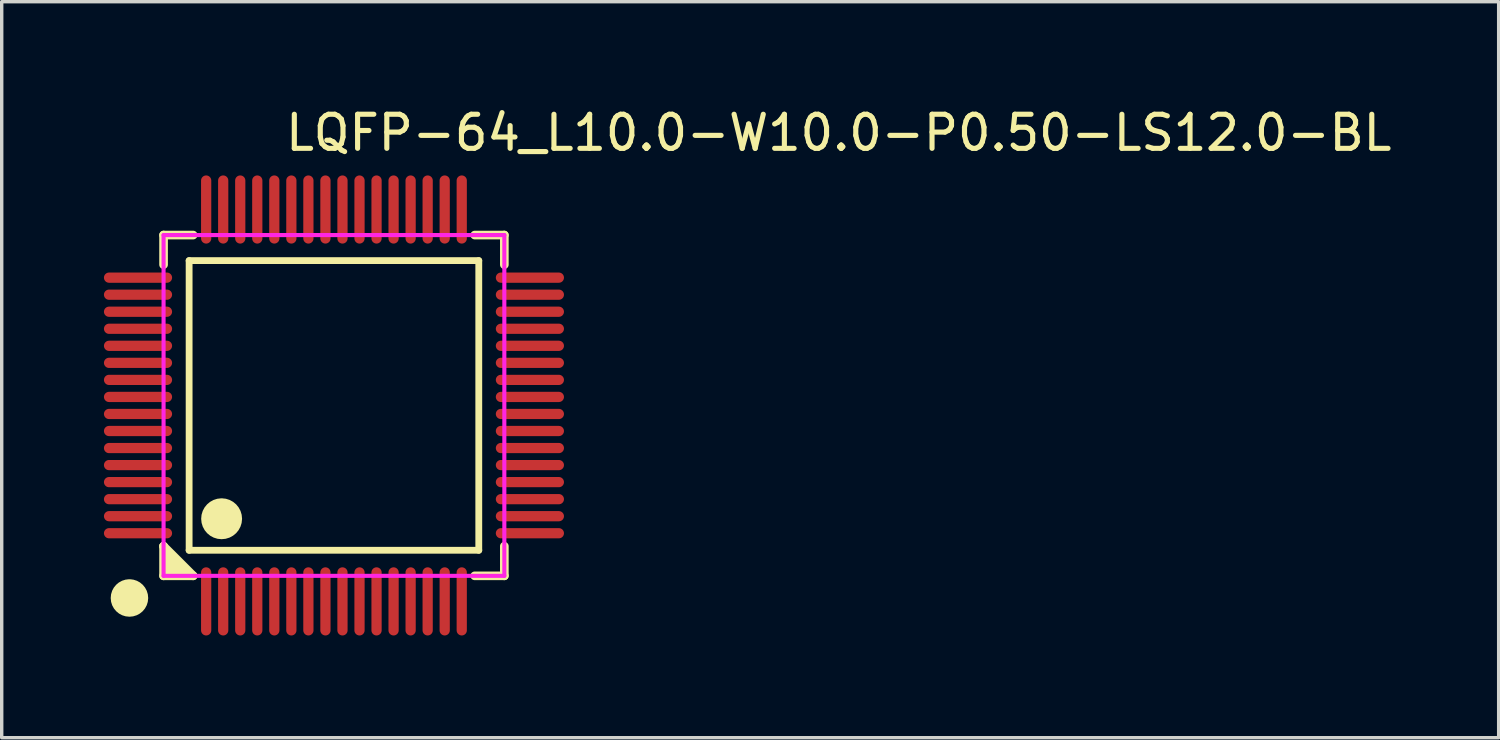
<source format=kicad_pcb>
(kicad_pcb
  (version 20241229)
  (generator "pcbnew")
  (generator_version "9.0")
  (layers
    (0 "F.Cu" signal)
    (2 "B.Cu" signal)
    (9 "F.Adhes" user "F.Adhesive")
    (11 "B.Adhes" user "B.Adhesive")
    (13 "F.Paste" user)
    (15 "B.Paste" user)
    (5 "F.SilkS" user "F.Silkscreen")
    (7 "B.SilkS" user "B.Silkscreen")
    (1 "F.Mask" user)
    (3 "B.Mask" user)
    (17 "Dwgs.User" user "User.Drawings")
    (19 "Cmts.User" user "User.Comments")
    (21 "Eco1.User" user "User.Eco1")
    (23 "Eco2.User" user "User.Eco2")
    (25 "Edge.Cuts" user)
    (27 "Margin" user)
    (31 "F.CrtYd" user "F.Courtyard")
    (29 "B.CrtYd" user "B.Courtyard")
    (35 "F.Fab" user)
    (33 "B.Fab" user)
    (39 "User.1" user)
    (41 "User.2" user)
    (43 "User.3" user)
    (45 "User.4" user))
  (footprint "LQFP-64_L10.0-W10.0-P0.50-LS12.0-BL"
    (layer "F.Cu")
    (at 6.75 8.848)
    (property "Reference" "LQFP-64_L10.0-W10.0-P0.50-LS12.0-BL" (at -1.5 -8 0) (layer "F.SilkS") (effects (font (size 1 1) (thickness 0.15)) (justify left)))
    (attr through_hole)
    (fp_line (start -5 -5) (end -4.131 -5) (stroke (width 0.254) (type solid)) (layer "F.SilkS"))
    (fp_line (start -5 -4.131) (end -5 -5) (stroke (width 0.254) (type solid)) (layer "F.SilkS"))
    (fp_line (start -5 4.131) (end -5 4.131) (stroke (width 0.254) (type solid)) (layer "F.SilkS"))
    (fp_line (start -5 4.131) (end -4.131 5) (stroke (width 0.254) (type solid)) (layer "F.SilkS"))
    (fp_line (start -5 5) (end -5 4.131) (stroke (width 0.254) (type solid)) (layer "F.SilkS"))
    (fp_line (start -4.25 -4.25) (end -4.25 4.25) (stroke (width 0.2) (type solid)) (layer "F.SilkS"))
    (fp_line (start -4.25 4.25) (end 4.25 4.25) (stroke (width 0.2) (type solid)) (layer "F.SilkS"))
    (fp_line (start -4.131 5) (end -5 5) (stroke (width 0.254) (type solid)) (layer "F.SilkS"))
    (fp_line (start 4.25 -4.25) (end -4.25 -4.25) (stroke (width 0.2) (type solid)) (layer "F.SilkS"))
    (fp_line (start 4.25 4.25) (end 4.25 -4.25) (stroke (width 0.2) (type solid)) (layer "F.SilkS"))
    (fp_line (start 5 -5) (end 4.131 -5) (stroke (width 0.254) (type solid)) (layer "F.SilkS"))
    (fp_line (start 5 -5) (end 5 -4.131) (stroke (width 0.254) (type solid)) (layer "F.SilkS"))
    (fp_line (start 5 4.131) (end 5 5) (stroke (width 0.254) (type solid)) (layer "F.SilkS"))
    (fp_line (start 5 5) (end 4.131 5) (stroke (width 0.254) (type solid)) (layer "F.SilkS"))
    (fp_arc (start -6 5.5) (mid -6.000678 5.800001) (end -6.00254 5.500005) (stroke (width 0.8) (type solid)) (layer "F.SilkS"))
    (fp_arc (start -3.294 3.025) (mid -3.29746 3.625015) (end -3.29908 3.024992) (stroke (width 0.6) (type solid)) (layer "F.SilkS"))
    (fp_poly (pts (xy -4.131 5) (xy -5 4.131) (xy -5 5)) (stroke (width 0.12) (type solid)) (fill yes) (layer "F.SilkS"))
    (fp_line (start -5.41 -3.86) (end -4.99 -3.86) (stroke (width 0.12) (type solid)) (layer "Eco2.User"))
    (fp_line (start -5.41 -3.64) (end -5.41 -3.86) (stroke (width 0.12) (type solid)) (layer "Eco2.User"))
    (fp_line (start -5.41 -3.36) (end -4.99 -3.36) (stroke (width 0.12) (type solid)) (layer "Eco2.User"))
    (fp_line (start -5.41 -3.14) (end -5.41 -3.36) (stroke (width 0.12) (type solid)) (layer "Eco2.User"))
    (fp_line (start -5.41 -2.86) (end -4.99 -2.86) (stroke (width 0.12) (type solid)) (layer "Eco2.User"))
    (fp_line (start -5.41 -2.64) (end -5.41 -2.86) (stroke (width 0.12) (type solid)) (layer "Eco2.User"))
    (fp_line (start -5.41 -2.36) (end -4.99 -2.36) (stroke (width 0.12) (type solid)) (layer "Eco2.User"))
    (fp_line (start -5.41 -2.14) (end -5.41 -2.36) (stroke (width 0.12) (type solid)) (layer "Eco2.User"))
    (fp_line (start -5.41 -1.86) (end -4.99 -1.86) (stroke (width 0.12) (type solid)) (layer "Eco2.User"))
    (fp_line (start -5.41 -1.64) (end -5.41 -1.86) (stroke (width 0.12) (type solid)) (layer "Eco2.User"))
    (fp_line (start -5.41 -1.36) (end -4.99 -1.36) (stroke (width 0.12) (type solid)) (layer "Eco2.User"))
    (fp_line (start -5.41 -1.14) (end -5.41 -1.36) (stroke (width 0.12) (type solid)) (layer "Eco2.User"))
    (fp_line (start -5.41 -0.86) (end -4.99 -0.86) (stroke (width 0.12) (type solid)) (layer "Eco2.User"))
    (fp_line (start -5.41 -0.64) (end -5.41 -0.86) (stroke (width 0.12) (type solid)) (layer "Eco2.User"))
    (fp_line (start -5.41 -0.36) (end -4.99 -0.36) (stroke (width 0.12) (type solid)) (layer "Eco2.User"))
    (fp_line (start -5.41 -0.14) (end -5.41 -0.36) (stroke (width 0.12) (type solid)) (layer "Eco2.User"))
    (fp_line (start -5.41 0.14) (end -4.99 0.14) (stroke (width 0.12) (type solid)) (layer "Eco2.User"))
    (fp_line (start -5.41 0.36) (end -5.41 0.14) (stroke (width 0.12) (type solid)) (layer "Eco2.User"))
    (fp_line (start -5.41 0.64) (end -4.99 0.64) (stroke (width 0.12) (type solid)) (layer "Eco2.User"))
    (fp_line (start -5.41 0.86) (end -5.41 0.64) (stroke (width 0.12) (type solid)) (layer "Eco2.User"))
    (fp_line (start -5.41 1.14) (end -4.99 1.14) (stroke (width 0.12) (type solid)) (layer "Eco2.User"))
    (fp_line (start -5.41 1.36) (end -5.41 1.14) (stroke (width 0.12) (type solid)) (layer "Eco2.User"))
    (fp_line (start -5.41 1.64) (end -4.99 1.64) (stroke (width 0.12) (type solid)) (layer "Eco2.User"))
    (fp_line (start -5.41 1.86) (end -5.41 1.64) (stroke (width 0.12) (type solid)) (layer "Eco2.User"))
    (fp_line (start -5.41 2.14) (end -4.99 2.14) (stroke (width 0.12) (type solid)) (layer "Eco2.User"))
    (fp_line (start -5.41 2.36) (end -5.41 2.14) (stroke (width 0.12) (type solid)) (layer "Eco2.User"))
    (fp_line (start -5.41 2.64) (end -4.99 2.64) (stroke (width 0.12) (type solid)) (layer "Eco2.User"))
    (fp_line (start -5.41 2.86) (end -5.41 2.64) (stroke (width 0.12) (type solid)) (layer "Eco2.User"))
    (fp_line (start -5.41 3.14) (end -4.99 3.14) (stroke (width 0.12) (type solid)) (layer "Eco2.User"))
    (fp_line (start -5.41 3.36) (end -5.41 3.14) (stroke (width 0.12) (type solid)) (layer "Eco2.User"))
    (fp_line (start -5.41 3.64) (end -4.99 3.64) (stroke (width 0.12) (type solid)) (layer "Eco2.User"))
    (fp_line (start -5.41 3.86) (end -5.41 3.64) (stroke (width 0.12) (type solid)) (layer "Eco2.User"))
    (fp_line (start -4.99 -3.86) (end -4.99 -3.64) (stroke (width 0.12) (type solid)) (layer "Eco2.User"))
    (fp_line (start -4.99 -3.64) (end -5.41 -3.64) (stroke (width 0.12) (type solid)) (layer "Eco2.User"))
    (fp_line (start -4.99 -3.36) (end -4.99 -3.14) (stroke (width 0.12) (type solid)) (layer "Eco2.User"))
    (fp_line (start -4.99 -3.14) (end -5.41 -3.14) (stroke (width 0.12) (type solid)) (layer "Eco2.User"))
    (fp_line (start -4.99 -2.86) (end -4.99 -2.64) (stroke (width 0.12) (type solid)) (layer "Eco2.User"))
    (fp_line (start -4.99 -2.64) (end -5.41 -2.64) (stroke (width 0.12) (type solid)) (layer "Eco2.User"))
    (fp_line (start -4.99 -2.36) (end -4.99 -2.14) (stroke (width 0.12) (type solid)) (layer "Eco2.User"))
    (fp_line (start -4.99 -2.14) (end -5.41 -2.14) (stroke (width 0.12) (type solid)) (layer "Eco2.User"))
    (fp_line (start -4.99 -1.86) (end -4.99 -1.64) (stroke (width 0.12) (type solid)) (layer "Eco2.User"))
    (fp_line (start -4.99 -1.64) (end -5.41 -1.64) (stroke (width 0.12) (type solid)) (layer "Eco2.User"))
    (fp_line (start -4.99 -1.36) (end -4.99 -1.14) (stroke (width 0.12) (type solid)) (layer "Eco2.User"))
    (fp_line (start -4.99 -1.14) (end -5.41 -1.14) (stroke (width 0.12) (type solid)) (layer "Eco2.User"))
    (fp_line (start -4.99 -0.86) (end -4.99 -0.64) (stroke (width 0.12) (type solid)) (layer "Eco2.User"))
    (fp_line (start -4.99 -0.64) (end -5.41 -0.64) (stroke (width 0.12) (type solid)) (layer "Eco2.User"))
    (fp_line (start -4.99 -0.36) (end -4.99 -0.14) (stroke (width 0.12) (type solid)) (layer "Eco2.User"))
    (fp_line (start -4.99 -0.14) (end -5.41 -0.14) (stroke (width 0.12) (type solid)) (layer "Eco2.User"))
    (fp_line (start -4.99 0.14) (end -4.99 0.36) (stroke (width 0.12) (type solid)) (layer "Eco2.User"))
    (fp_line (start -4.99 0.36) (end -5.41 0.36) (stroke (width 0.12) (type solid)) (layer "Eco2.User"))
    (fp_line (start -4.99 0.64) (end -4.99 0.86) (stroke (width 0.12) (type solid)) (layer "Eco2.User"))
    (fp_line (start -4.99 0.86) (end -5.41 0.86) (stroke (width 0.12) (type solid)) (layer "Eco2.User"))
    (fp_line (start -4.99 1.14) (end -4.99 1.36) (stroke (width 0.12) (type solid)) (layer "Eco2.User"))
    (fp_line (start -4.99 1.36) (end -5.41 1.36) (stroke (width 0.12) (type solid)) (layer "Eco2.User"))
    (fp_line (start -4.99 1.64) (end -4.99 1.86) (stroke (width 0.12) (type solid)) (layer "Eco2.User"))
    (fp_line (start -4.99 1.86) (end -5.41 1.86) (stroke (width 0.12) (type solid)) (layer "Eco2.User"))
    (fp_line (start -4.99 2.14) (end -4.99 2.36) (stroke (width 0.12) (type solid)) (layer "Eco2.User"))
    (fp_line (start -4.99 2.36) (end -5.41 2.36) (stroke (width 0.12) (type solid)) (layer "Eco2.User"))
    (fp_line (start -4.99 2.64) (end -4.99 2.86) (stroke (width 0.12) (type solid)) (layer "Eco2.User"))
    (fp_line (start -4.99 2.86) (end -5.41 2.86) (stroke (width 0.12) (type solid)) (layer "Eco2.User"))
    (fp_line (start -4.99 3.14) (end -4.99 3.36) (stroke (width 0.12) (type solid)) (layer "Eco2.User"))
    (fp_line (start -4.99 3.36) (end -5.41 3.36) (stroke (width 0.12) (type solid)) (layer "Eco2.User"))
    (fp_line (start -4.99 3.64) (end -4.99 3.86) (stroke (width 0.12) (type solid)) (layer "Eco2.User"))
    (fp_line (start -4.99 3.86) (end -5.41 3.86) (stroke (width 0.12) (type solid)) (layer "Eco2.User"))
    (fp_line (start -3.86 -5.41) (end -3.64 -5.41) (stroke (width 0.12) (type solid)) (layer "Eco2.User"))
    (fp_line (start -3.86 -4.99) (end -3.86 -5.41) (stroke (width 0.12) (type solid)) (layer "Eco2.User"))
    (fp_line (start -3.86 4.99) (end -3.64 4.99) (stroke (width 0.12) (type solid)) (layer "Eco2.User"))
    (fp_line (start -3.86 5.41) (end -3.86 4.99) (stroke (width 0.12) (type solid)) (layer "Eco2.User"))
    (fp_line (start -3.64 -5.41) (end -3.64 -4.99) (stroke (width 0.12) (type solid)) (layer "Eco2.User"))
    (fp_line (start -3.64 -4.99) (end -3.86 -4.99) (stroke (width 0.12) (type solid)) (layer "Eco2.User"))
    (fp_line (start -3.64 4.99) (end -3.64 5.41) (stroke (width 0.12) (type solid)) (layer "Eco2.User"))
    (fp_line (start -3.64 5.41) (end -3.86 5.41) (stroke (width 0.12) (type solid)) (layer "Eco2.User"))
    (fp_line (start -3.36 -5.41) (end -3.14 -5.41) (stroke (width 0.12) (type solid)) (layer "Eco2.User"))
    (fp_line (start -3.36 -4.99) (end -3.36 -5.41) (stroke (width 0.12) (type solid)) (layer "Eco2.User"))
    (fp_line (start -3.36 4.99) (end -3.14 4.99) (stroke (width 0.12) (type solid)) (layer "Eco2.User"))
    (fp_line (start -3.36 5.41) (end -3.36 4.99) (stroke (width 0.12) (type solid)) (layer "Eco2.User"))
    (fp_line (start -3.14 -5.41) (end -3.14 -4.99) (stroke (width 0.12) (type solid)) (layer "Eco2.User"))
    (fp_line (start -3.14 -4.99) (end -3.36 -4.99) (stroke (width 0.12) (type solid)) (layer "Eco2.User"))
    (fp_line (start -3.14 4.99) (end -3.14 5.41) (stroke (width 0.12) (type solid)) (layer "Eco2.User"))
    (fp_line (start -3.14 5.41) (end -3.36 5.41) (stroke (width 0.12) (type solid)) (layer "Eco2.User"))
    (fp_line (start -2.86 -5.41) (end -2.64 -5.41) (stroke (width 0.12) (type solid)) (layer "Eco2.User"))
    (fp_line (start -2.86 -4.99) (end -2.86 -5.41) (stroke (width 0.12) (type solid)) (layer "Eco2.User"))
    (fp_line (start -2.86 4.99) (end -2.64 4.99) (stroke (width 0.12) (type solid)) (layer "Eco2.User"))
    (fp_line (start -2.86 5.41) (end -2.86 4.99) (stroke (width 0.12) (type solid)) (layer "Eco2.User"))
    (fp_line (start -2.64 -5.41) (end -2.64 -4.99) (stroke (width 0.12) (type solid)) (layer "Eco2.User"))
    (fp_line (start -2.64 -4.99) (end -2.86 -4.99) (stroke (width 0.12) (type solid)) (layer "Eco2.User"))
    (fp_line (start -2.64 4.99) (end -2.64 5.41) (stroke (width 0.12) (type solid)) (layer "Eco2.User"))
    (fp_line (start -2.64 5.41) (end -2.86 5.41) (stroke (width 0.12) (type solid)) (layer "Eco2.User"))
    (fp_line (start -2.36 -5.41) (end -2.14 -5.41) (stroke (width 0.12) (type solid)) (layer "Eco2.User"))
    (fp_line (start -2.36 -4.99) (end -2.36 -5.41) (stroke (width 0.12) (type solid)) (layer "Eco2.User"))
    (fp_line (start -2.36 4.99) (end -2.14 4.99) (stroke (width 0.12) (type solid)) (layer "Eco2.User"))
    (fp_line (start -2.36 5.41) (end -2.36 4.99) (stroke (width 0.12) (type solid)) (layer "Eco2.User"))
    (fp_line (start -2.14 -5.41) (end -2.14 -4.99) (stroke (width 0.12) (type solid)) (layer "Eco2.User"))
    (fp_line (start -2.14 -4.99) (end -2.36 -4.99) (stroke (width 0.12) (type solid)) (layer "Eco2.User"))
    (fp_line (start -2.14 4.99) (end -2.14 5.41) (stroke (width 0.12) (type solid)) (layer "Eco2.User"))
    (fp_line (start -2.14 5.41) (end -2.36 5.41) (stroke (width 0.12) (type solid)) (layer "Eco2.User"))
    (fp_line (start -1.86 -5.41) (end -1.64 -5.41) (stroke (width 0.12) (type solid)) (layer "Eco2.User"))
    (fp_line (start -1.86 -4.99) (end -1.86 -5.41) (stroke (width 0.12) (type solid)) (layer "Eco2.User"))
    (fp_line (start -1.86 4.99) (end -1.64 4.99) (stroke (width 0.12) (type solid)) (layer "Eco2.User"))
    (fp_line (start -1.86 5.41) (end -1.86 4.99) (stroke (width 0.12) (type solid)) (layer "Eco2.User"))
    (fp_line (start -1.64 -5.41) (end -1.64 -4.99) (stroke (width 0.12) (type solid)) (layer "Eco2.User"))
    (fp_line (start -1.64 -4.99) (end -1.86 -4.99) (stroke (width 0.12) (type solid)) (layer "Eco2.User"))
    (fp_line (start -1.64 4.99) (end -1.64 5.41) (stroke (width 0.12) (type solid)) (layer "Eco2.User"))
    (fp_line (start -1.64 5.41) (end -1.86 5.41) (stroke (width 0.12) (type solid)) (layer "Eco2.User"))
    (fp_line (start -1.36 -5.41) (end -1.14 -5.41) (stroke (width 0.12) (type solid)) (layer "Eco2.User"))
    (fp_line (start -1.36 -4.99) (end -1.36 -5.41) (stroke (width 0.12) (type solid)) (layer "Eco2.User"))
    (fp_line (start -1.36 4.99) (end -1.14 4.99) (stroke (width 0.12) (type solid)) (layer "Eco2.User"))
    (fp_line (start -1.36 5.41) (end -1.36 4.99) (stroke (width 0.12) (type solid)) (layer "Eco2.User"))
    (fp_line (start -1.14 -5.41) (end -1.14 -4.99) (stroke (width 0.12) (type solid)) (layer "Eco2.User"))
    (fp_line (start -1.14 -4.99) (end -1.36 -4.99) (stroke (width 0.12) (type solid)) (layer "Eco2.User"))
    (fp_line (start -1.14 4.99) (end -1.14 5.41) (stroke (width 0.12) (type solid)) (layer "Eco2.User"))
    (fp_line (start -1.14 5.41) (end -1.36 5.41) (stroke (width 0.12) (type solid)) (layer "Eco2.User"))
    (fp_line (start -0.86 -5.41) (end -0.64 -5.41) (stroke (width 0.12) (type solid)) (layer "Eco2.User"))
    (fp_line (start -0.86 -4.99) (end -0.86 -5.41) (stroke (width 0.12) (type solid)) (layer "Eco2.User"))
    (fp_line (start -0.86 4.99) (end -0.64 4.99) (stroke (width 0.12) (type solid)) (layer "Eco2.User"))
    (fp_line (start -0.86 5.41) (end -0.86 4.99) (stroke (width 0.12) (type solid)) (layer "Eco2.User"))
    (fp_line (start -0.64 -5.41) (end -0.64 -4.99) (stroke (width 0.12) (type solid)) (layer "Eco2.User"))
    (fp_line (start -0.64 -4.99) (end -0.86 -4.99) (stroke (width 0.12) (type solid)) (layer "Eco2.User"))
    (fp_line (start -0.64 4.99) (end -0.64 5.41) (stroke (width 0.12) (type solid)) (layer "Eco2.User"))
    (fp_line (start -0.64 5.41) (end -0.86 5.41) (stroke (width 0.12) (type solid)) (layer "Eco2.User"))
    (fp_line (start -0.36 -5.41) (end -0.14 -5.41) (stroke (width 0.12) (type solid)) (layer "Eco2.User"))
    (fp_line (start -0.36 -4.99) (end -0.36 -5.41) (stroke (width 0.12) (type solid)) (layer "Eco2.User"))
    (fp_line (start -0.36 4.99) (end -0.14 4.99) (stroke (width 0.12) (type solid)) (layer "Eco2.User"))
    (fp_line (start -0.36 5.41) (end -0.36 4.99) (stroke (width 0.12) (type solid)) (layer "Eco2.User"))
    (fp_line (start -0.14 -5.41) (end -0.14 -4.99) (stroke (width 0.12) (type solid)) (layer "Eco2.User"))
    (fp_line (start -0.14 -4.99) (end -0.36 -4.99) (stroke (width 0.12) (type solid)) (layer "Eco2.User"))
    (fp_line (start -0.14 4.99) (end -0.14 5.41) (stroke (width 0.12) (type solid)) (layer "Eco2.User"))
    (fp_line (start -0.14 5.41) (end -0.36 5.41) (stroke (width 0.12) (type solid)) (layer "Eco2.User"))
    (fp_line (start 0.14 -5.41) (end 0.36 -5.41) (stroke (width 0.12) (type solid)) (layer "Eco2.User"))
    (fp_line (start 0.14 -4.99) (end 0.14 -5.41) (stroke (width 0.12) (type solid)) (layer "Eco2.User"))
    (fp_line (start 0.14 4.99) (end 0.36 4.99) (stroke (width 0.12) (type solid)) (layer "Eco2.User"))
    (fp_line (start 0.14 5.41) (end 0.14 4.99) (stroke (width 0.12) (type solid)) (layer "Eco2.User"))
    (fp_line (start 0.36 -5.41) (end 0.36 -4.99) (stroke (width 0.12) (type solid)) (layer "Eco2.User"))
    (fp_line (start 0.36 -4.99) (end 0.14 -4.99) (stroke (width 0.12) (type solid)) (layer "Eco2.User"))
    (fp_line (start 0.36 4.99) (end 0.36 5.41) (stroke (width 0.12) (type solid)) (layer "Eco2.User"))
    (fp_line (start 0.36 5.41) (end 0.14 5.41) (stroke (width 0.12) (type solid)) (layer "Eco2.User"))
    (fp_line (start 0.64 -5.41) (end 0.86 -5.41) (stroke (width 0.12) (type solid)) (layer "Eco2.User"))
    (fp_line (start 0.64 -4.99) (end 0.64 -5.41) (stroke (width 0.12) (type solid)) (layer "Eco2.User"))
    (fp_line (start 0.64 4.99) (end 0.86 4.99) (stroke (width 0.12) (type solid)) (layer "Eco2.User"))
    (fp_line (start 0.64 5.41) (end 0.64 4.99) (stroke (width 0.12) (type solid)) (layer "Eco2.User"))
    (fp_line (start 0.86 -5.41) (end 0.86 -4.99) (stroke (width 0.12) (type solid)) (layer "Eco2.User"))
    (fp_line (start 0.86 -4.99) (end 0.64 -4.99) (stroke (width 0.12) (type solid)) (layer "Eco2.User"))
    (fp_line (start 0.86 4.99) (end 0.86 5.41) (stroke (width 0.12) (type solid)) (layer "Eco2.User"))
    (fp_line (start 0.86 5.41) (end 0.64 5.41) (stroke (width 0.12) (type solid)) (layer "Eco2.User"))
    (fp_line (start 1.14 -5.41) (end 1.36 -5.41) (stroke (width 0.12) (type solid)) (layer "Eco2.User"))
    (fp_line (start 1.14 -4.99) (end 1.14 -5.41) (stroke (width 0.12) (type solid)) (layer "Eco2.User"))
    (fp_line (start 1.14 4.99) (end 1.36 4.99) (stroke (width 0.12) (type solid)) (layer "Eco2.User"))
    (fp_line (start 1.14 5.41) (end 1.14 4.99) (stroke (width 0.12) (type solid)) (layer "Eco2.User"))
    (fp_line (start 1.36 -5.41) (end 1.36 -4.99) (stroke (width 0.12) (type solid)) (layer "Eco2.User"))
    (fp_line (start 1.36 -4.99) (end 1.14 -4.99) (stroke (width 0.12) (type solid)) (layer "Eco2.User"))
    (fp_line (start 1.36 4.99) (end 1.36 5.41) (stroke (width 0.12) (type solid)) (layer "Eco2.User"))
    (fp_line (start 1.36 5.41) (end 1.14 5.41) (stroke (width 0.12) (type solid)) (layer "Eco2.User"))
    (fp_line (start 1.64 -5.41) (end 1.86 -5.41) (stroke (width 0.12) (type solid)) (layer "Eco2.User"))
    (fp_line (start 1.64 -4.99) (end 1.64 -5.41) (stroke (width 0.12) (type solid)) (layer "Eco2.User"))
    (fp_line (start 1.64 4.99) (end 1.86 4.99) (stroke (width 0.12) (type solid)) (layer "Eco2.User"))
    (fp_line (start 1.64 5.41) (end 1.64 4.99) (stroke (width 0.12) (type solid)) (layer "Eco2.User"))
    (fp_line (start 1.86 -5.41) (end 1.86 -4.99) (stroke (width 0.12) (type solid)) (layer "Eco2.User"))
    (fp_line (start 1.86 -4.99) (end 1.64 -4.99) (stroke (width 0.12) (type solid)) (layer "Eco2.User"))
    (fp_line (start 1.86 4.99) (end 1.86 5.41) (stroke (width 0.12) (type solid)) (layer "Eco2.User"))
    (fp_line (start 1.86 5.41) (end 1.64 5.41) (stroke (width 0.12) (type solid)) (layer "Eco2.User"))
    (fp_line (start 2.14 -5.41) (end 2.36 -5.41) (stroke (width 0.12) (type solid)) (layer "Eco2.User"))
    (fp_line (start 2.14 -4.99) (end 2.14 -5.41) (stroke (width 0.12) (type solid)) (layer "Eco2.User"))
    (fp_line (start 2.14 4.99) (end 2.36 4.99) (stroke (width 0.12) (type solid)) (layer "Eco2.User"))
    (fp_line (start 2.14 5.41) (end 2.14 4.99) (stroke (width 0.12) (type solid)) (layer "Eco2.User"))
    (fp_line (start 2.36 -5.41) (end 2.36 -4.99) (stroke (width 0.12) (type solid)) (layer "Eco2.User"))
    (fp_line (start 2.36 -4.99) (end 2.14 -4.99) (stroke (width 0.12) (type solid)) (layer "Eco2.User"))
    (fp_line (start 2.36 4.99) (end 2.36 5.41) (stroke (width 0.12) (type solid)) (layer "Eco2.User"))
    (fp_line (start 2.36 5.41) (end 2.14 5.41) (stroke (width 0.12) (type solid)) (layer "Eco2.User"))
    (fp_line (start 2.64 -5.41) (end 2.86 -5.41) (stroke (width 0.12) (type solid)) (layer "Eco2.User"))
    (fp_line (start 2.64 -4.99) (end 2.64 -5.41) (stroke (width 0.12) (type solid)) (layer "Eco2.User"))
    (fp_line (start 2.64 4.99) (end 2.86 4.99) (stroke (width 0.12) (type solid)) (layer "Eco2.User"))
    (fp_line (start 2.64 5.41) (end 2.64 4.99) (stroke (width 0.12) (type solid)) (layer "Eco2.User"))
    (fp_line (start 2.86 -5.41) (end 2.86 -4.99) (stroke (width 0.12) (type solid)) (layer "Eco2.User"))
    (fp_line (start 2.86 -4.99) (end 2.64 -4.99) (stroke (width 0.12) (type solid)) (layer "Eco2.User"))
    (fp_line (start 2.86 4.99) (end 2.86 5.41) (stroke (width 0.12) (type solid)) (layer "Eco2.User"))
    (fp_line (start 2.86 5.41) (end 2.64 5.41) (stroke (width 0.12) (type solid)) (layer "Eco2.User"))
    (fp_line (start 3.14 -5.41) (end 3.36 -5.41) (stroke (width 0.12) (type solid)) (layer "Eco2.User"))
    (fp_line (start 3.14 -4.99) (end 3.14 -5.41) (stroke (width 0.12) (type solid)) (layer "Eco2.User"))
    (fp_line (start 3.14 4.99) (end 3.36 4.99) (stroke (width 0.12) (type solid)) (layer "Eco2.User"))
    (fp_line (start 3.14 5.41) (end 3.14 4.99) (stroke (width 0.12) (type solid)) (layer "Eco2.User"))
    (fp_line (start 3.36 -5.41) (end 3.36 -4.99) (stroke (width 0.12) (type solid)) (layer "Eco2.User"))
    (fp_line (start 3.36 -4.99) (end 3.14 -4.99) (stroke (width 0.12) (type solid)) (layer "Eco2.User"))
    (fp_line (start 3.36 4.99) (end 3.36 5.41) (stroke (width 0.12) (type solid)) (layer "Eco2.User"))
    (fp_line (start 3.36 5.41) (end 3.14 5.41) (stroke (width 0.12) (type solid)) (layer "Eco2.User"))
    (fp_line (start 3.64 -5.41) (end 3.86 -5.41) (stroke (width 0.12) (type solid)) (layer "Eco2.User"))
    (fp_line (start 3.64 -4.99) (end 3.64 -5.41) (stroke (width 0.12) (type solid)) (layer "Eco2.User"))
    (fp_line (start 3.64 4.99) (end 3.86 4.99) (stroke (width 0.12) (type solid)) (layer "Eco2.User"))
    (fp_line (start 3.64 5.41) (end 3.64 4.99) (stroke (width 0.12) (type solid)) (layer "Eco2.User"))
    (fp_line (start 3.86 -5.41) (end 3.86 -4.99) (stroke (width 0.12) (type solid)) (layer "Eco2.User"))
    (fp_line (start 3.86 -4.99) (end 3.64 -4.99) (stroke (width 0.12) (type solid)) (layer "Eco2.User"))
    (fp_line (start 3.86 4.99) (end 3.86 5.41) (stroke (width 0.12) (type solid)) (layer "Eco2.User"))
    (fp_line (start 3.86 5.41) (end 3.64 5.41) (stroke (width 0.12) (type solid)) (layer "Eco2.User"))
    (fp_line (start 4.99 -3.86) (end 5.41 -3.86) (stroke (width 0.12) (type solid)) (layer "Eco2.User"))
    (fp_line (start 4.99 -3.64) (end 4.99 -3.86) (stroke (width 0.12) (type solid)) (layer "Eco2.User"))
    (fp_line (start 4.99 -3.36) (end 5.41 -3.36) (stroke (width 0.12) (type solid)) (layer "Eco2.User"))
    (fp_line (start 4.99 -3.14) (end 4.99 -3.36) (stroke (width 0.12) (type solid)) (layer "Eco2.User"))
    (fp_line (start 4.99 -2.86) (end 5.41 -2.86) (stroke (width 0.12) (type solid)) (layer "Eco2.User"))
    (fp_line (start 4.99 -2.64) (end 4.99 -2.86) (stroke (width 0.12) (type solid)) (layer "Eco2.User"))
    (fp_line (start 4.99 -2.36) (end 5.41 -2.36) (stroke (width 0.12) (type solid)) (layer "Eco2.User"))
    (fp_line (start 4.99 -2.14) (end 4.99 -2.36) (stroke (width 0.12) (type solid)) (layer "Eco2.User"))
    (fp_line (start 4.99 -1.86) (end 5.41 -1.86) (stroke (width 0.12) (type solid)) (layer "Eco2.User"))
    (fp_line (start 4.99 -1.64) (end 4.99 -1.86) (stroke (width 0.12) (type solid)) (layer "Eco2.User"))
    (fp_line (start 4.99 -1.36) (end 5.41 -1.36) (stroke (width 0.12) (type solid)) (layer "Eco2.User"))
    (fp_line (start 4.99 -1.14) (end 4.99 -1.36) (stroke (width 0.12) (type solid)) (layer "Eco2.User"))
    (fp_line (start 4.99 -0.86) (end 5.41 -0.86) (stroke (width 0.12) (type solid)) (layer "Eco2.User"))
    (fp_line (start 4.99 -0.64) (end 4.99 -0.86) (stroke (width 0.12) (type solid)) (layer "Eco2.User"))
    (fp_line (start 4.99 -0.36) (end 5.41 -0.36) (stroke (width 0.12) (type solid)) (layer "Eco2.User"))
    (fp_line (start 4.99 -0.14) (end 4.99 -0.36) (stroke (width 0.12) (type solid)) (layer "Eco2.User"))
    (fp_line (start 4.99 0.14) (end 5.41 0.14) (stroke (width 0.12) (type solid)) (layer "Eco2.User"))
    (fp_line (start 4.99 0.36) (end 4.99 0.14) (stroke (width 0.12) (type solid)) (layer "Eco2.User"))
    (fp_line (start 4.99 0.64) (end 5.41 0.64) (stroke (width 0.12) (type solid)) (layer "Eco2.User"))
    (fp_line (start 4.99 0.86) (end 4.99 0.64) (stroke (width 0.12) (type solid)) (layer "Eco2.User"))
    (fp_line (start 4.99 1.14) (end 5.41 1.14) (stroke (width 0.12) (type solid)) (layer "Eco2.User"))
    (fp_line (start 4.99 1.36) (end 4.99 1.14) (stroke (width 0.12) (type solid)) (layer "Eco2.User"))
    (fp_line (start 4.99 1.64) (end 5.41 1.64) (stroke (width 0.12) (type solid)) (layer "Eco2.User"))
    (fp_line (start 4.99 1.86) (end 4.99 1.64) (stroke (width 0.12) (type solid)) (layer "Eco2.User"))
    (fp_line (start 4.99 2.14) (end 5.41 2.14) (stroke (width 0.12) (type solid)) (layer "Eco2.User"))
    (fp_line (start 4.99 2.36) (end 4.99 2.14) (stroke (width 0.12) (type solid)) (layer "Eco2.User"))
    (fp_line (start 4.99 2.64) (end 5.41 2.64) (stroke (width 0.12) (type solid)) (layer "Eco2.User"))
    (fp_line (start 4.99 2.86) (end 4.99 2.64) (stroke (width 0.12) (type solid)) (layer "Eco2.User"))
    (fp_line (start 4.99 3.14) (end 5.41 3.14) (stroke (width 0.12) (type solid)) (layer "Eco2.User"))
    (fp_line (start 4.99 3.36) (end 4.99 3.14) (stroke (width 0.12) (type solid)) (layer "Eco2.User"))
    (fp_line (start 4.99 3.64) (end 5.41 3.64) (stroke (width 0.12) (type solid)) (layer "Eco2.User"))
    (fp_line (start 4.99 3.86) (end 4.99 3.64) (stroke (width 0.12) (type solid)) (layer "Eco2.User"))
    (fp_line (start 5.41 -3.86) (end 5.41 -3.64) (stroke (width 0.12) (type solid)) (layer "Eco2.User"))
    (fp_line (start 5.41 -3.64) (end 4.99 -3.64) (stroke (width 0.12) (type solid)) (layer "Eco2.User"))
    (fp_line (start 5.41 -3.36) (end 5.41 -3.14) (stroke (width 0.12) (type solid)) (layer "Eco2.User"))
    (fp_line (start 5.41 -3.14) (end 4.99 -3.14) (stroke (width 0.12) (type solid)) (layer "Eco2.User"))
    (fp_line (start 5.41 -2.86) (end 5.41 -2.64) (stroke (width 0.12) (type solid)) (layer "Eco2.User"))
    (fp_line (start 5.41 -2.64) (end 4.99 -2.64) (stroke (width 0.12) (type solid)) (layer "Eco2.User"))
    (fp_line (start 5.41 -2.36) (end 5.41 -2.14) (stroke (width 0.12) (type solid)) (layer "Eco2.User"))
    (fp_line (start 5.41 -2.14) (end 4.99 -2.14) (stroke (width 0.12) (type solid)) (layer "Eco2.User"))
    (fp_line (start 5.41 -1.86) (end 5.41 -1.64) (stroke (width 0.12) (type solid)) (layer "Eco2.User"))
    (fp_line (start 5.41 -1.64) (end 4.99 -1.64) (stroke (width 0.12) (type solid)) (layer "Eco2.User"))
    (fp_line (start 5.41 -1.36) (end 5.41 -1.14) (stroke (width 0.12) (type solid)) (layer "Eco2.User"))
    (fp_line (start 5.41 -1.14) (end 4.99 -1.14) (stroke (width 0.12) (type solid)) (layer "Eco2.User"))
    (fp_line (start 5.41 -0.86) (end 5.41 -0.64) (stroke (width 0.12) (type solid)) (layer "Eco2.User"))
    (fp_line (start 5.41 -0.64) (end 4.99 -0.64) (stroke (width 0.12) (type solid)) (layer "Eco2.User"))
    (fp_line (start 5.41 -0.36) (end 5.41 -0.14) (stroke (width 0.12) (type solid)) (layer "Eco2.User"))
    (fp_line (start 5.41 -0.14) (end 4.99 -0.14) (stroke (width 0.12) (type solid)) (layer "Eco2.User"))
    (fp_line (start 5.41 0.14) (end 5.41 0.36) (stroke (width 0.12) (type solid)) (layer "Eco2.User"))
    (fp_line (start 5.41 0.36) (end 4.99 0.36) (stroke (width 0.12) (type solid)) (layer "Eco2.User"))
    (fp_line (start 5.41 0.64) (end 5.41 0.86) (stroke (width 0.12) (type solid)) (layer "Eco2.User"))
    (fp_line (start 5.41 0.86) (end 4.99 0.86) (stroke (width 0.12) (type solid)) (layer "Eco2.User"))
    (fp_line (start 5.41 1.14) (end 5.41 1.36) (stroke (width 0.12) (type solid)) (layer "Eco2.User"))
    (fp_line (start 5.41 1.36) (end 4.99 1.36) (stroke (width 0.12) (type solid)) (layer "Eco2.User"))
    (fp_line (start 5.41 1.64) (end 5.41 1.86) (stroke (width 0.12) (type solid)) (layer "Eco2.User"))
    (fp_line (start 5.41 1.86) (end 4.99 1.86) (stroke (width 0.12) (type solid)) (layer "Eco2.User"))
    (fp_line (start 5.41 2.14) (end 5.41 2.36) (stroke (width 0.12) (type solid)) (layer "Eco2.User"))
    (fp_line (start 5.41 2.36) (end 4.99 2.36) (stroke (width 0.12) (type solid)) (layer "Eco2.User"))
    (fp_line (start 5.41 2.64) (end 5.41 2.86) (stroke (width 0.12) (type solid)) (layer "Eco2.User"))
    (fp_line (start 5.41 2.86) (end 4.99 2.86) (stroke (width 0.12) (type solid)) (layer "Eco2.User"))
    (fp_line (start 5.41 3.14) (end 5.41 3.36) (stroke (width 0.12) (type solid)) (layer "Eco2.User"))
    (fp_line (start 5.41 3.36) (end 4.99 3.36) (stroke (width 0.12) (type solid)) (layer "Eco2.User"))
    (fp_line (start 5.41 3.64) (end 5.41 3.86) (stroke (width 0.12) (type solid)) (layer "Eco2.User"))
    (fp_line (start 5.41 3.86) (end 4.99 3.86) (stroke (width 0.12) (type solid)) (layer "Eco2.User"))
    (fp_poly (pts (xy -6 -3.64) (xy -6 -3.86) (xy -5.4 -3.86) (xy -5.4 -3.64)) (stroke (width 0.12) (type solid)) (fill no) (layer "Eco2.User"))
    (fp_poly (pts (xy -6 -3.14) (xy -6 -3.36) (xy -5.4 -3.36) (xy -5.4 -3.14)) (stroke (width 0.12) (type solid)) (fill no) (layer "Eco2.User"))
    (fp_poly (pts (xy -6 -2.64) (xy -6 -2.86) (xy -5.4 -2.86) (xy -5.4 -2.64)) (stroke (width 0.12) (type solid)) (fill no) (layer "Eco2.User"))
    (fp_poly (pts (xy -6 -2.14) (xy -6 -2.36) (xy -5.4 -2.36) (xy -5.4 -2.14)) (stroke (width 0.12) (type solid)) (fill no) (layer "Eco2.User"))
    (fp_poly (pts (xy -6 -1.64) (xy -6 -1.86) (xy -5.4 -1.86) (xy -5.4 -1.64)) (stroke (width 0.12) (type solid)) (fill no) (layer "Eco2.User"))
    (fp_poly (pts (xy -6 -1.14) (xy -6 -1.36) (xy -5.4 -1.36) (xy -5.4 -1.14)) (stroke (width 0.12) (type solid)) (fill no) (layer "Eco2.User"))
    (fp_poly (pts (xy -6 -0.64) (xy -6 -0.86) (xy -5.4 -0.86) (xy -5.4 -0.64)) (stroke (width 0.12) (type solid)) (fill no) (layer "Eco2.User"))
    (fp_poly (pts (xy -6 -0.14) (xy -6 -0.36) (xy -5.4 -0.36) (xy -5.4 -0.14)) (stroke (width 0.12) (type solid)) (fill no) (layer "Eco2.User"))
    (fp_poly (pts (xy -6 0.36) (xy -6 0.14) (xy -5.4 0.14) (xy -5.4 0.36)) (stroke (width 0.12) (type solid)) (fill no) (layer "Eco2.User"))
    (fp_poly (pts (xy -6 0.86) (xy -6 0.64) (xy -5.4 0.64) (xy -5.4 0.86)) (stroke (width 0.12) (type solid)) (fill no) (layer "Eco2.User"))
    (fp_poly (pts (xy -6 1.36) (xy -6 1.14) (xy -5.4 1.14) (xy -5.4 1.36)) (stroke (width 0.12) (type solid)) (fill no) (layer "Eco2.User"))
    (fp_poly (pts (xy -6 1.86) (xy -6 1.64) (xy -5.4 1.64) (xy -5.4 1.86)) (stroke (width 0.12) (type solid)) (fill no) (layer "Eco2.User"))
    (fp_poly (pts (xy -6 2.36) (xy -6 2.14) (xy -5.4 2.14) (xy -5.4 2.36)) (stroke (width 0.12) (type solid)) (fill no) (layer "Eco2.User"))
    (fp_poly (pts (xy -6 2.86) (xy -6 2.64) (xy -5.4 2.64) (xy -5.4 2.86)) (stroke (width 0.12) (type solid)) (fill no) (layer "Eco2.User"))
    (fp_poly (pts (xy -6 3.36) (xy -6 3.14) (xy -5.4 3.14) (xy -5.4 3.36)) (stroke (width 0.12) (type solid)) (fill no) (layer "Eco2.User"))
    (fp_poly (pts (xy -6 3.86) (xy -6 3.64) (xy -5.4 3.64) (xy -5.4 3.86)) (stroke (width 0.12) (type solid)) (fill no) (layer "Eco2.User"))
    (fp_poly (pts (xy -3.86 -5.4) (xy -3.86 -6) (xy -3.64 -6) (xy -3.64 -5.4)) (stroke (width 0.12) (type solid)) (fill no) (layer "Eco2.User"))
    (fp_poly (pts (xy -3.86 6) (xy -3.86 5.4) (xy -3.64 5.4) (xy -3.64 6)) (stroke (width 0.12) (type solid)) (fill no) (layer "Eco2.User"))
    (fp_poly (pts (xy -3.36 -5.4) (xy -3.36 -6) (xy -3.14 -6) (xy -3.14 -5.4)) (stroke (width 0.12) (type solid)) (fill no) (layer "Eco2.User"))
    (fp_poly (pts (xy -3.36 6) (xy -3.36 5.4) (xy -3.14 5.4) (xy -3.14 6)) (stroke (width 0.12) (type solid)) (fill no) (layer "Eco2.User"))
    (fp_poly (pts (xy -2.86 -5.4) (xy -2.86 -6) (xy -2.64 -6) (xy -2.64 -5.4)) (stroke (width 0.12) (type solid)) (fill no) (layer "Eco2.User"))
    (fp_poly (pts (xy -2.86 6) (xy -2.86 5.4) (xy -2.64 5.4) (xy -2.64 6)) (stroke (width 0.12) (type solid)) (fill no) (layer "Eco2.User"))
    (fp_poly (pts (xy -2.36 -5.4) (xy -2.36 -6) (xy -2.14 -6) (xy -2.14 -5.4)) (stroke (width 0.12) (type solid)) (fill no) (layer "Eco2.User"))
    (fp_poly (pts (xy -2.36 6) (xy -2.36 5.4) (xy -2.14 5.4) (xy -2.14 6)) (stroke (width 0.12) (type solid)) (fill no) (layer "Eco2.User"))
    (fp_poly (pts (xy -1.86 -5.4) (xy -1.86 -6) (xy -1.64 -6) (xy -1.64 -5.4)) (stroke (width 0.12) (type solid)) (fill no) (layer "Eco2.User"))
    (fp_poly (pts (xy -1.86 6) (xy -1.86 5.4) (xy -1.64 5.4) (xy -1.64 6)) (stroke (width 0.12) (type solid)) (fill no) (layer "Eco2.User"))
    (fp_poly (pts (xy -1.36 -5.4) (xy -1.36 -6) (xy -1.14 -6) (xy -1.14 -5.4)) (stroke (width 0.12) (type solid)) (fill no) (layer "Eco2.User"))
    (fp_poly (pts (xy -1.36 6) (xy -1.36 5.4) (xy -1.14 5.4) (xy -1.14 6)) (stroke (width 0.12) (type solid)) (fill no) (layer "Eco2.User"))
    (fp_poly (pts (xy -0.86 -5.4) (xy -0.86 -6) (xy -0.64 -6) (xy -0.64 -5.4)) (stroke (width 0.12) (type solid)) (fill no) (layer "Eco2.User"))
    (fp_poly (pts (xy -0.86 6) (xy -0.86 5.4) (xy -0.64 5.4) (xy -0.64 6)) (stroke (width 0.12) (type solid)) (fill no) (layer "Eco2.User"))
    (fp_poly (pts (xy -0.36 -5.4) (xy -0.36 -6) (xy -0.14 -6) (xy -0.14 -5.4)) (stroke (width 0.12) (type solid)) (fill no) (layer "Eco2.User"))
    (fp_poly (pts (xy -0.36 6) (xy -0.36 5.4) (xy -0.14 5.4) (xy -0.14 6)) (stroke (width 0.12) (type solid)) (fill no) (layer "Eco2.User"))
    (fp_poly (pts (xy 0.14 -5.4) (xy 0.14 -6) (xy 0.36 -6) (xy 0.36 -5.4)) (stroke (width 0.12) (type solid)) (fill no) (layer "Eco2.User"))
    (fp_poly (pts (xy 0.14 6) (xy 0.14 5.4) (xy 0.36 5.4) (xy 0.36 6)) (stroke (width 0.12) (type solid)) (fill no) (layer "Eco2.User"))
    (fp_poly (pts (xy 0.64 -5.4) (xy 0.64 -6) (xy 0.86 -6) (xy 0.86 -5.4)) (stroke (width 0.12) (type solid)) (fill no) (layer "Eco2.User"))
    (fp_poly (pts (xy 0.64 6) (xy 0.64 5.4) (xy 0.86 5.4) (xy 0.86 6)) (stroke (width 0.12) (type solid)) (fill no) (layer "Eco2.User"))
    (fp_poly (pts (xy 1.14 -5.4) (xy 1.14 -6) (xy 1.36 -6) (xy 1.36 -5.4)) (stroke (width 0.12) (type solid)) (fill no) (layer "Eco2.User"))
    (fp_poly (pts (xy 1.14 6) (xy 1.14 5.4) (xy 1.36 5.4) (xy 1.36 6)) (stroke (width 0.12) (type solid)) (fill no) (layer "Eco2.User"))
    (fp_poly (pts (xy 1.64 -5.4) (xy 1.64 -6) (xy 1.86 -6) (xy 1.86 -5.4)) (stroke (width 0.12) (type solid)) (fill no) (layer "Eco2.User"))
    (fp_poly (pts (xy 1.64 6) (xy 1.64 5.4) (xy 1.86 5.4) (xy 1.86 6)) (stroke (width 0.12) (type solid)) (fill no) (layer "Eco2.User"))
    (fp_poly (pts (xy 2.14 -5.4) (xy 2.14 -6) (xy 2.36 -6) (xy 2.36 -5.4)) (stroke (width 0.12) (type solid)) (fill no) (layer "Eco2.User"))
    (fp_poly (pts (xy 2.14 6) (xy 2.14 5.4) (xy 2.36 5.4) (xy 2.36 6)) (stroke (width 0.12) (type solid)) (fill no) (layer "Eco2.User"))
    (fp_poly (pts (xy 2.64 -5.4) (xy 2.64 -6) (xy 2.86 -6) (xy 2.86 -5.4)) (stroke (width 0.12) (type solid)) (fill no) (layer "Eco2.User"))
    (fp_poly (pts (xy 2.64 6) (xy 2.64 5.4) (xy 2.86 5.4) (xy 2.86 6)) (stroke (width 0.12) (type solid)) (fill no) (layer "Eco2.User"))
    (fp_poly (pts (xy 3.14 -5.4) (xy 3.14 -6) (xy 3.36 -6) (xy 3.36 -5.4)) (stroke (width 0.12) (type solid)) (fill no) (layer "Eco2.User"))
    (fp_poly (pts (xy 3.14 6) (xy 3.14 5.4) (xy 3.36 5.4) (xy 3.36 6)) (stroke (width 0.12) (type solid)) (fill no) (layer "Eco2.User"))
    (fp_poly (pts (xy 3.64 -5.4) (xy 3.64 -6) (xy 3.86 -6) (xy 3.86 -5.4)) (stroke (width 0.12) (type solid)) (fill no) (layer "Eco2.User"))
    (fp_poly (pts (xy 3.64 6) (xy 3.64 5.4) (xy 3.86 5.4) (xy 3.86 6)) (stroke (width 0.12) (type solid)) (fill no) (layer "Eco2.User"))
    (fp_poly (pts (xy 5.4 -3.64) (xy 5.4 -3.86) (xy 6 -3.86) (xy 6 -3.64)) (stroke (width 0.12) (type solid)) (fill no) (layer "Eco2.User"))
    (fp_poly (pts (xy 5.4 -3.14) (xy 5.4 -3.36) (xy 6 -3.36) (xy 6 -3.14)) (stroke (width 0.12) (type solid)) (fill no) (layer "Eco2.User"))
    (fp_poly (pts (xy 5.4 -2.64) (xy 5.4 -2.86) (xy 6 -2.86) (xy 6 -2.64)) (stroke (width 0.12) (type solid)) (fill no) (layer "Eco2.User"))
    (fp_poly (pts (xy 5.4 -2.14) (xy 5.4 -2.36) (xy 6 -2.36) (xy 6 -2.14)) (stroke (width 0.12) (type solid)) (fill no) (layer "Eco2.User"))
    (fp_poly (pts (xy 5.4 -1.64) (xy 5.4 -1.86) (xy 6 -1.86) (xy 6 -1.64)) (stroke (width 0.12) (type solid)) (fill no) (layer "Eco2.User"))
    (fp_poly (pts (xy 5.4 -1.14) (xy 5.4 -1.36) (xy 6 -1.36) (xy 6 -1.14)) (stroke (width 0.12) (type solid)) (fill no) (layer "Eco2.User"))
    (fp_poly (pts (xy 5.4 -0.64) (xy 5.4 -0.86) (xy 6 -0.86) (xy 6 -0.64)) (stroke (width 0.12) (type solid)) (fill no) (layer "Eco2.User"))
    (fp_poly (pts (xy 5.4 -0.14) (xy 5.4 -0.36) (xy 6 -0.36) (xy 6 -0.14)) (stroke (width 0.12) (type solid)) (fill no) (layer "Eco2.User"))
    (fp_poly (pts (xy 5.4 0.36) (xy 5.4 0.14) (xy 6 0.14) (xy 6 0.36)) (stroke (width 0.12) (type solid)) (fill no) (layer "Eco2.User"))
    (fp_poly (pts (xy 5.4 0.86) (xy 5.4 0.64) (xy 6 0.64) (xy 6 0.86)) (stroke (width 0.12) (type solid)) (fill no) (layer "Eco2.User"))
    (fp_poly (pts (xy 5.4 1.36) (xy 5.4 1.14) (xy 6 1.14) (xy 6 1.36)) (stroke (width 0.12) (type solid)) (fill no) (layer "Eco2.User"))
    (fp_poly (pts (xy 5.4 1.86) (xy 5.4 1.64) (xy 6 1.64) (xy 6 1.86)) (stroke (width 0.12) (type solid)) (fill no) (layer "Eco2.User"))
    (fp_poly (pts (xy 5.4 2.36) (xy 5.4 2.14) (xy 6 2.14) (xy 6 2.36)) (stroke (width 0.12) (type solid)) (fill no) (layer "Eco2.User"))
    (fp_poly (pts (xy 5.4 2.86) (xy 5.4 2.64) (xy 6 2.64) (xy 6 2.86)) (stroke (width 0.12) (type solid)) (fill no) (layer "Eco2.User"))
    (fp_poly (pts (xy 5.4 3.36) (xy 5.4 3.14) (xy 6 3.14) (xy 6 3.36)) (stroke (width 0.12) (type solid)) (fill no) (layer "Eco2.User"))
    (fp_poly (pts (xy 5.4 3.86) (xy 5.4 3.64) (xy 6 3.64) (xy 6 3.86)) (stroke (width 0.12) (type solid)) (fill no) (layer "Eco2.User"))
    (fp_line (start -5 -5) (end 5 -5) (stroke (width 0.12) (type solid)) (layer "F.CrtYd"))
    (fp_line (start -5 5) (end -5 -5) (stroke (width 0.12) (type solid)) (layer "F.CrtYd"))
    (fp_line (start 5 -5) (end 5 5) (stroke (width 0.12) (type solid)) (layer "F.CrtYd"))
    (fp_line (start 5 5) (end -5 5) (stroke (width 0.12) (type solid)) (layer "F.CrtYd"))
    (pad "1" smd oval (at -3.75 5.75) (size 0.3 2) (layers "F.Cu" "F.Mask" "F.Paste"))
    (pad "2" smd oval (at -3.25 5.75) (size 0.3 2) (layers "F.Cu" "F.Mask" "F.Paste"))
    (pad "3" smd oval (at -2.75 5.75) (size 0.3 2) (layers "F.Cu" "F.Mask" "F.Paste"))
    (pad "4" smd oval (at -2.25 5.75) (size 0.3 2) (layers "F.Cu" "F.Mask" "F.Paste"))
    (pad "5" smd oval (at -1.75 5.75) (size 0.3 2) (layers "F.Cu" "F.Mask" "F.Paste"))
    (pad "6" smd oval (at -1.25 5.75) (size 0.3 2) (layers "F.Cu" "F.Mask" "F.Paste"))
    (pad "7" smd oval (at -0.75 5.75) (size 0.3 2) (layers "F.Cu" "F.Mask" "F.Paste"))
    (pad "8" smd oval (at -0.25 5.75) (size 0.3 2) (layers "F.Cu" "F.Mask" "F.Paste"))
    (pad "9" smd oval (at 0.25 5.75) (size 0.3 2) (layers "F.Cu" "F.Mask" "F.Paste"))
    (pad "10" smd oval (at 0.75 5.75) (size 0.3 2) (layers "F.Cu" "F.Mask" "F.Paste"))
    (pad "11" smd oval (at 1.25 5.75) (size 0.3 2) (layers "F.Cu" "F.Mask" "F.Paste"))
    (pad "12" smd oval (at 1.75 5.75) (size 0.3 2) (layers "F.Cu" "F.Mask" "F.Paste"))
    (pad "13" smd oval (at 2.25 5.75) (size 0.3 2) (layers "F.Cu" "F.Mask" "F.Paste"))
    (pad "14" smd oval (at 2.75 5.75) (size 0.3 2) (layers "F.Cu" "F.Mask" "F.Paste"))
    (pad "15" smd oval (at 3.25 5.75) (size 0.3 2) (layers "F.Cu" "F.Mask" "F.Paste"))
    (pad "16" smd oval (at 3.75 5.75) (size 0.3 2) (layers "F.Cu" "F.Mask" "F.Paste"))
    (pad "17" smd oval (at 5.75 3.75) (size 2 0.3) (layers "F.Cu" "F.Mask" "F.Paste"))
    (pad "18" smd oval (at 5.75 3.25) (size 2 0.3) (layers "F.Cu" "F.Mask" "F.Paste"))
    (pad "19" smd oval (at 5.75 2.75) (size 2 0.3) (layers "F.Cu" "F.Mask" "F.Paste"))
    (pad "20" smd oval (at 5.75 2.25) (size 2 0.3) (layers "F.Cu" "F.Mask" "F.Paste"))
    (pad "21" smd oval (at 5.75 1.75) (size 2 0.3) (layers "F.Cu" "F.Mask" "F.Paste"))
    (pad "22" smd oval (at 5.75 1.25) (size 2 0.3) (layers "F.Cu" "F.Mask" "F.Paste"))
    (pad "23" smd oval (at 5.75 0.75) (size 2 0.3) (layers "F.Cu" "F.Mask" "F.Paste"))
    (pad "24" smd oval (at 5.75 0.25) (size 2 0.3) (layers "F.Cu" "F.Mask" "F.Paste"))
    (pad "25" smd oval (at 5.75 -0.25) (size 2 0.3) (layers "F.Cu" "F.Mask" "F.Paste"))
    (pad "26" smd oval (at 5.75 -0.75) (size 2 0.3) (layers "F.Cu" "F.Mask" "F.Paste"))
    (pad "27" smd oval (at 5.75 -1.25) (size 2 0.3) (layers "F.Cu" "F.Mask" "F.Paste"))
    (pad "28" smd oval (at 5.75 -1.75) (size 2 0.3) (layers "F.Cu" "F.Mask" "F.Paste"))
    (pad "29" smd oval (at 5.75 -2.25) (size 2 0.3) (layers "F.Cu" "F.Mask" "F.Paste"))
    (pad "30" smd oval (at 5.75 -2.75) (size 2 0.3) (layers "F.Cu" "F.Mask" "F.Paste"))
    (pad "31" smd oval (at 5.75 -3.25) (size 2 0.3) (layers "F.Cu" "F.Mask" "F.Paste"))
    (pad "32" smd oval (at 5.75 -3.75) (size 2 0.3) (layers "F.Cu" "F.Mask" "F.Paste"))
    (pad "33" smd oval (at 3.75 -5.75) (size 0.3 2) (layers "F.Cu" "F.Mask" "F.Paste"))
    (pad "34" smd oval (at 3.25 -5.75) (size 0.3 2) (layers "F.Cu" "F.Mask" "F.Paste"))
    (pad "35" smd oval (at 2.75 -5.75) (size 0.3 2) (layers "F.Cu" "F.Mask" "F.Paste"))
    (pad "36" smd oval (at 2.25 -5.75) (size 0.3 2) (layers "F.Cu" "F.Mask" "F.Paste"))
    (pad "37" smd oval (at 1.75 -5.75) (size 0.3 2) (layers "F.Cu" "F.Mask" "F.Paste"))
    (pad "38" smd oval (at 1.25 -5.75) (size 0.3 2) (layers "F.Cu" "F.Mask" "F.Paste"))
    (pad "39" smd oval (at 0.75 -5.75) (size 0.3 2) (layers "F.Cu" "F.Mask" "F.Paste"))
    (pad "40" smd oval (at 0.25 -5.75) (size 0.3 2) (layers "F.Cu" "F.Mask" "F.Paste"))
    (pad "41" smd oval (at -0.25 -5.75) (size 0.3 2) (layers "F.Cu" "F.Mask" "F.Paste"))
    (pad "42" smd oval (at -0.75 -5.75) (size 0.3 2) (layers "F.Cu" "F.Mask" "F.Paste"))
    (pad "43" smd oval (at -1.25 -5.75) (size 0.3 2) (layers "F.Cu" "F.Mask" "F.Paste"))
    (pad "44" smd oval (at -1.75 -5.75) (size 0.3 2) (layers "F.Cu" "F.Mask" "F.Paste"))
    (pad "45" smd oval (at -2.25 -5.75) (size 0.3 2) (layers "F.Cu" "F.Mask" "F.Paste"))
    (pad "46" smd oval (at -2.75 -5.75) (size 0.3 2) (layers "F.Cu" "F.Mask" "F.Paste"))
    (pad "47" smd oval (at -3.25 -5.75) (size 0.3 2) (layers "F.Cu" "F.Mask" "F.Paste"))
    (pad "48" smd oval (at -3.75 -5.75) (size 0.3 2) (layers "F.Cu" "F.Mask" "F.Paste"))
    (pad "49" smd oval (at -5.75 -3.75) (size 2 0.3) (layers "F.Cu" "F.Mask" "F.Paste"))
    (pad "50" smd oval (at -5.75 -3.25) (size 2 0.3) (layers "F.Cu" "F.Mask" "F.Paste"))
    (pad "51" smd oval (at -5.75 -2.75) (size 2 0.3) (layers "F.Cu" "F.Mask" "F.Paste"))
    (pad "52" smd oval (at -5.75 -2.25) (size 2 0.3) (layers "F.Cu" "F.Mask" "F.Paste"))
    (pad "53" smd oval (at -5.75 -1.75) (size 2 0.3) (layers "F.Cu" "F.Mask" "F.Paste"))
    (pad "54" smd oval (at -5.75 -1.25) (size 2 0.3) (layers "F.Cu" "F.Mask" "F.Paste"))
    (pad "55" smd oval (at -5.75 -0.75) (size 2 0.3) (layers "F.Cu" "F.Mask" "F.Paste"))
    (pad "56" smd oval (at -5.75 -0.25) (size 2 0.3) (layers "F.Cu" "F.Mask" "F.Paste"))
    (pad "57" smd oval (at -5.75 0.25) (size 2 0.3) (layers "F.Cu" "F.Mask" "F.Paste"))
    (pad "58" smd oval (at -5.75 0.75) (size 2 0.3) (layers "F.Cu" "F.Mask" "F.Paste"))
    (pad "59" smd oval (at -5.75 1.25) (size 2 0.3) (layers "F.Cu" "F.Mask" "F.Paste"))
    (pad "60" smd oval (at -5.75 1.75) (size 2 0.3) (layers "F.Cu" "F.Mask" "F.Paste"))
    (pad "61" smd oval (at -5.75 2.25) (size 2 0.3) (layers "F.Cu" "F.Mask" "F.Paste"))
    (pad "62" smd oval (at -5.75 2.75) (size 2 0.3) (layers "F.Cu" "F.Mask" "F.Paste"))
    (pad "63" smd oval (at -5.75 3.25) (size 2 0.3) (layers "F.Cu" "F.Mask" "F.Paste"))
    (pad "64" smd oval (at -5.75 3.75) (size 2 0.3) (layers "F.Cu" "F.Mask" "F.Paste")))
  (gr_rect
    (start -3 -3)
    (end 40.929 18.598)
    (stroke (width 0.1) (type default))
    (fill no)
    (layer "Edge.Cuts")))
</source>
